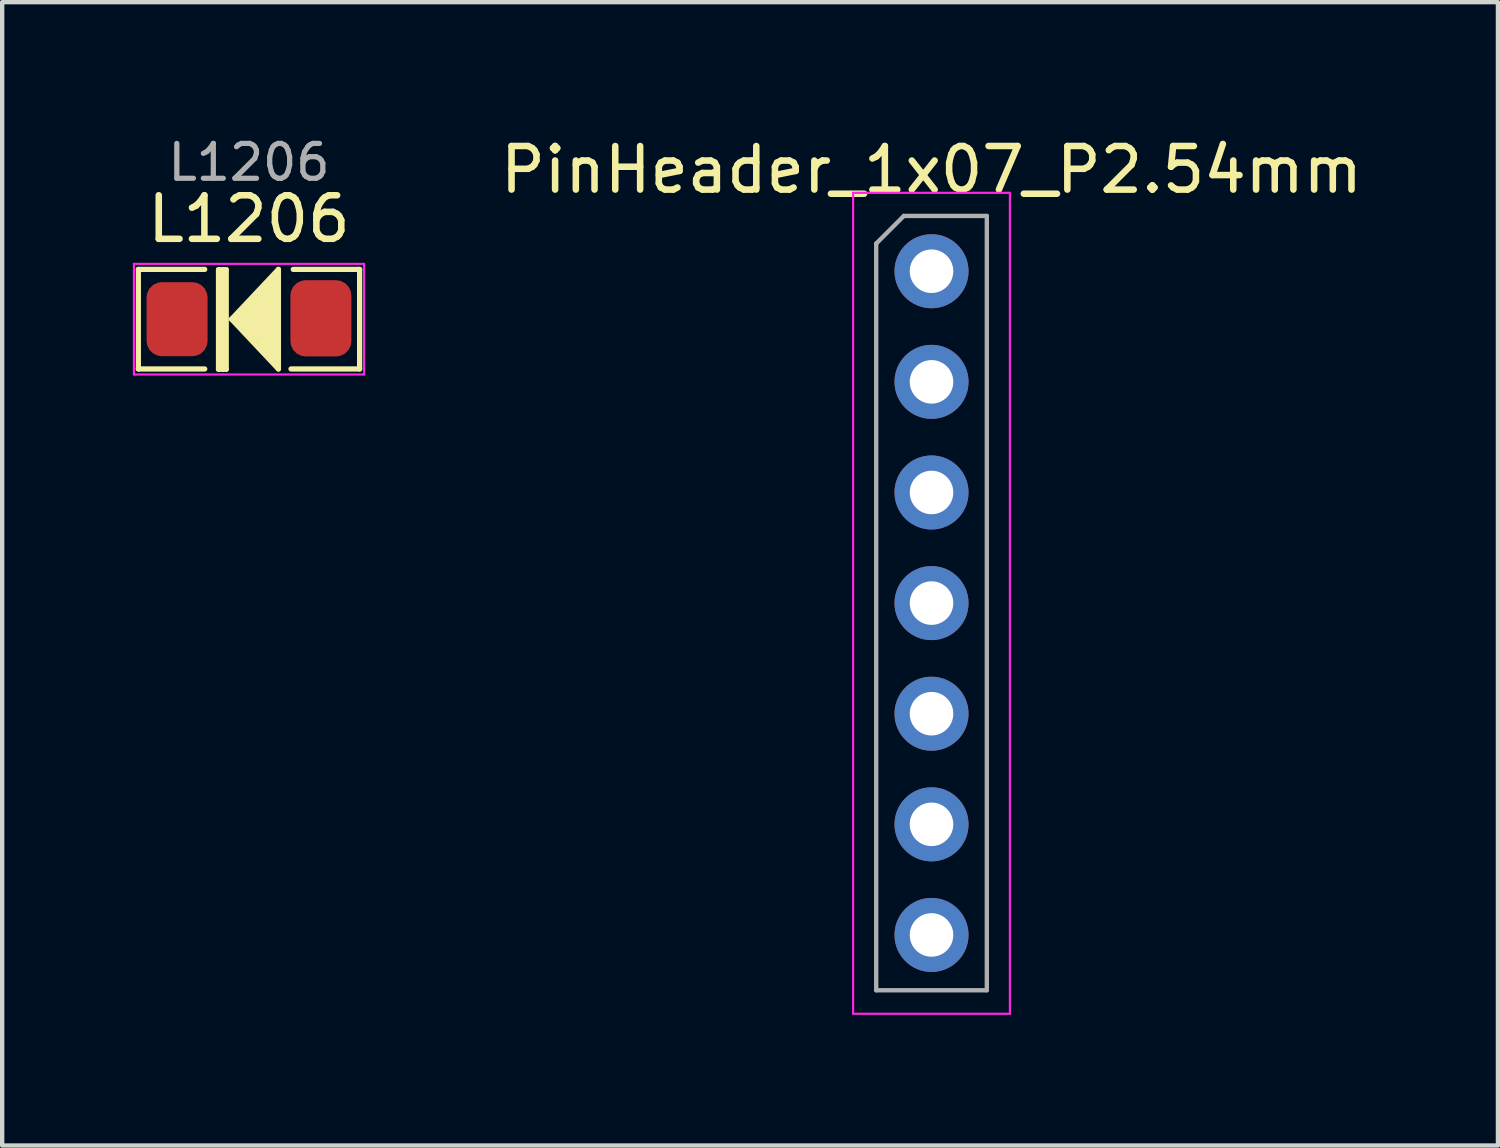
<source format=kicad_pcb>
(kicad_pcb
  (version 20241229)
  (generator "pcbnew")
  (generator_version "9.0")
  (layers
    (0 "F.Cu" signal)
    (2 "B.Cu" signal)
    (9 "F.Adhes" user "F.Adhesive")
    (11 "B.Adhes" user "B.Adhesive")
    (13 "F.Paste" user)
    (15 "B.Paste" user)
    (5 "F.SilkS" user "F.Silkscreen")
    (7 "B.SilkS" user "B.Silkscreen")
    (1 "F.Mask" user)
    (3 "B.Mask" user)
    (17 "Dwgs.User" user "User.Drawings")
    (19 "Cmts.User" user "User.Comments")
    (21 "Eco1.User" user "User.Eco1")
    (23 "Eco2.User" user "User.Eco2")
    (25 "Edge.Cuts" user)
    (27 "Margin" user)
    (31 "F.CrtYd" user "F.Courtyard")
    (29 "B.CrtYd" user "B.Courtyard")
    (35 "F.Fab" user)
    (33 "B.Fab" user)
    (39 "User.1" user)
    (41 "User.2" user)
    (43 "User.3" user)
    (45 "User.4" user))
  (footprint "PinHeader_1x07_P2.54mm"
    (layer "F.Cu")
    (at 18.339 3.178)
    (property "Reference" "PinHeader_1x07_P2.54mm" (at 0 -2.33 180) (layer "F.SilkS") (effects (font (size 1 1) (thickness 0.15))))
    (attr through_hole)
    (fp_line (start -1.8 -1.8) (end -1.8 17.05) (stroke (width 0.05) (type solid)) (layer "F.CrtYd"))
    (fp_line (start -1.8 17.05) (end 1.8 17.05) (stroke (width 0.05) (type solid)) (layer "F.CrtYd"))
    (fp_line (start 1.8 -1.8) (end -1.8 -1.8) (stroke (width 0.05) (type solid)) (layer "F.CrtYd"))
    (fp_line (start 1.8 17.05) (end 1.8 -1.8) (stroke (width 0.05) (type solid)) (layer "F.CrtYd"))
    (fp_line (start -1.27 -0.635) (end -0.635 -1.27) (stroke (width 0.1) (type solid)) (layer "F.Fab"))
    (fp_line (start -1.27 16.51) (end -1.27 -0.635) (stroke (width 0.1) (type solid)) (layer "F.Fab"))
    (fp_line (start -0.635 -1.27) (end 1.27 -1.27) (stroke (width 0.1) (type solid)) (layer "F.Fab"))
    (fp_line (start 1.27 -1.27) (end 1.27 16.51) (stroke (width 0.1) (type solid)) (layer "F.Fab"))
    (fp_line (start 1.27 16.51) (end -1.27 16.51) (stroke (width 0.1) (type solid)) (layer "F.Fab"))
    (pad "1" thru_hole circle (at 0 0) (size 1.7 1.7) (drill 1) (layers "*.Cu" "*.Mask"))
    (pad "2" thru_hole oval (at 0 2.54) (size 1.7 1.7) (drill 1) (layers "*.Cu" "*.Mask"))
    (pad "3" thru_hole oval (at 0 5.08) (size 1.7 1.7) (drill 1) (layers "*.Cu" "*.Mask"))
    (pad "4" thru_hole oval (at 0 7.62) (size 1.7 1.7) (drill 1) (layers "*.Cu" "*.Mask"))
    (pad "5" thru_hole oval (at 0 10.16) (size 1.7 1.7) (drill 1) (layers "*.Cu" "*.Mask"))
    (pad "6" thru_hole oval (at 0 12.7) (size 1.7 1.7) (drill 1) (layers "*.Cu" "*.Mask"))
    (pad "7" thru_hole oval (at 0 15.24) (size 1.7 1.7) (drill 1) (layers "*.Cu" "*.Mask")))
  (footprint "L1206"
    (layer "F.Cu")
    (at 2.667 4.279)
    (property "Reference" "L1206" (at 0 -2.3 0) (unlocked yes) (layer "F.SilkS") (effects (font (size 1 1) (thickness 0.15))))
    (attr smd)
    (fp_line (start -2.54 -1.143) (end -1.016 -1.143) (stroke (width 0.12) (type solid)) (layer "F.SilkS"))
    (fp_line (start -2.54 1.143) (end -2.54 -1.143) (stroke (width 0.12) (type solid)) (layer "F.SilkS"))
    (fp_line (start -2.54 1.143) (end -1.016 1.143) (stroke (width 0.12) (type solid)) (layer "F.SilkS"))
    (fp_line (start -0.7 -1.136) (end -0.522 -1.136) (stroke (width 0.12) (type solid)) (layer "F.SilkS"))
    (fp_line (start -0.7 1.15) (end -0.7 -1.136) (stroke (width 0.12) (type solid)) (layer "F.SilkS"))
    (fp_line (start -0.7 1.15) (end -0.522 1.15) (stroke (width 0.12) (type solid)) (layer "F.SilkS"))
    (fp_line (start -0.598 1.15) (end -0.598 -1.136) (stroke (width 0.12) (type solid)) (layer "F.SilkS"))
    (fp_line (start -0.522 1.15) (end -0.522 -1.136) (stroke (width 0.12) (type solid)) (layer "F.SilkS"))
    (fp_line (start -0.4 0) (end 0.676 -1.143) (stroke (width 0.12) (type solid)) (layer "F.SilkS"))
    (fp_line (start -0.35 0) (end -0.35 0) (stroke (width 0.12) (type solid)) (layer "F.SilkS"))
    (fp_line (start -0.25 0.1) (end -0.25 -0.1) (stroke (width 0.12) (type solid)) (layer "F.SilkS"))
    (fp_line (start -0.15 0.2) (end -0.15 -0.2) (stroke (width 0.12) (type solid)) (layer "F.SilkS"))
    (fp_line (start -0.05 0.3) (end -0.05 -0.3) (stroke (width 0.12) (type solid)) (layer "F.SilkS"))
    (fp_line (start 0.05 0.4) (end 0.05 -0.4) (stroke (width 0.12) (type solid)) (layer "F.SilkS"))
    (fp_line (start 0.15 0.5) (end 0.15 -0.5) (stroke (width 0.12) (type solid)) (layer "F.SilkS"))
    (fp_line (start 0.25 0.65) (end 0.25 -0.6) (stroke (width 0.12) (type solid)) (layer "F.SilkS"))
    (fp_line (start 0.35 0.75) (end 0.35 -0.75) (stroke (width 0.12) (type solid)) (layer "F.SilkS"))
    (fp_line (start 0.45 0.8) (end 0.45 -0.8) (stroke (width 0.12) (type solid)) (layer "F.SilkS"))
    (fp_line (start 0.5 0.9) (end 0.5 -0.9) (stroke (width 0.12) (type solid)) (layer "F.SilkS"))
    (fp_line (start 0.6 0.95) (end 0.6 -0.943) (stroke (width 0.12) (type solid)) (layer "F.SilkS"))
    (fp_line (start 0.676 1.143) (end -0.4 0) (stroke (width 0.12) (type solid)) (layer "F.SilkS"))
    (fp_line (start 0.676 1.143) (end 0.676 -1.143) (stroke (width 0.12) (type solid)) (layer "F.SilkS"))
    (fp_line (start 2.54 -1.143) (end 1.016 -1.143) (stroke (width 0.12) (type solid)) (layer "F.SilkS"))
    (fp_line (start 2.54 -1.143) (end 2.54 1.143) (stroke (width 0.12) (type solid)) (layer "F.SilkS"))
    (fp_line (start 2.54 1.143) (end 0.965 1.143) (stroke (width 0.12) (type solid)) (layer "F.SilkS"))
    (fp_line (start -2.642 -1.27) (end 2.642 -1.27) (stroke (width 0.05) (type solid)) (layer "F.CrtYd"))
    (fp_line (start -2.642 1.27) (end -2.642 -1.27) (stroke (width 0.05) (type solid)) (layer "F.CrtYd"))
    (fp_line (start 2.642 -1.27) (end 2.642 1.27) (stroke (width 0.05) (type solid)) (layer "F.CrtYd"))
    (fp_line (start 2.642 1.27) (end -2.642 1.27) (stroke (width 0.05) (type solid)) (layer "F.CrtYd"))
    (fp_text user "${REFERENCE}" (at 0 -3.6 180) (layer "F.Fab") (effects (font (size 0.8 0.8) (thickness 0.12))))
    (pad "1" smd roundrect (at -1.651 0) (size 1.4 1.7) (layers "F.Cu" "F.Mask" "F.Paste") (roundrect_rratio 0.25))
    (pad "2" smd roundrect (at 1.651 -0.02) (size 1.4 1.75) (layers "F.Cu" "F.Mask" "F.Paste") (roundrect_rratio 0.25)))
  (gr_rect
    (start -3 -3)
    (end 31.345 23.253)
    (stroke (width 0.1) (type default))
    (fill no)
    (layer "Edge.Cuts")))
</source>
